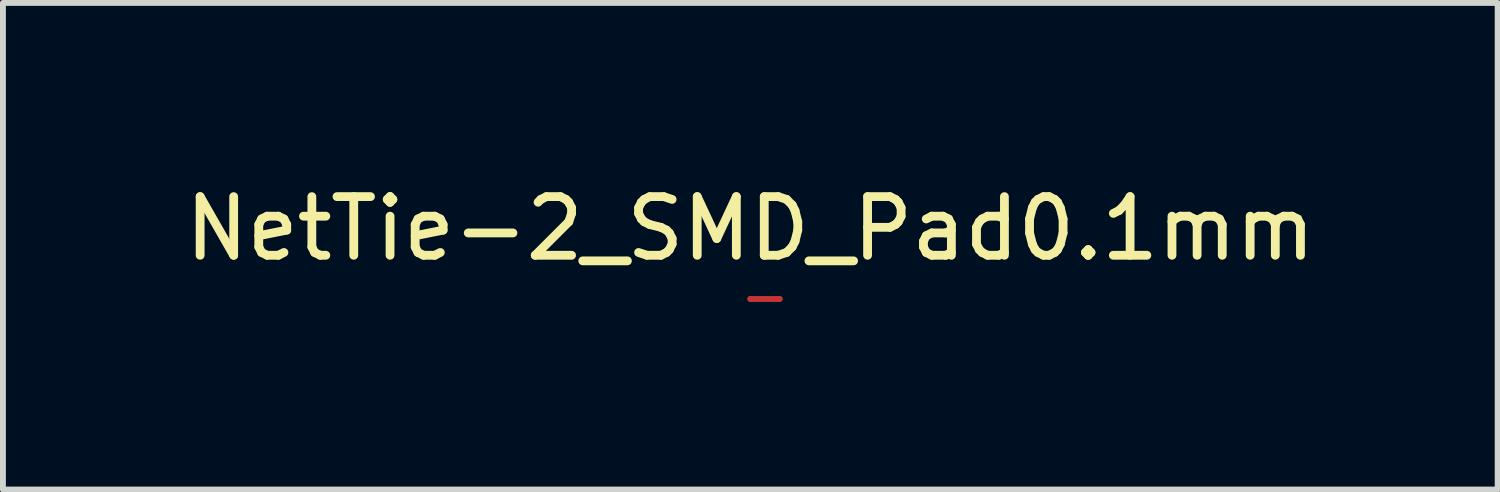
<source format=kicad_pcb>
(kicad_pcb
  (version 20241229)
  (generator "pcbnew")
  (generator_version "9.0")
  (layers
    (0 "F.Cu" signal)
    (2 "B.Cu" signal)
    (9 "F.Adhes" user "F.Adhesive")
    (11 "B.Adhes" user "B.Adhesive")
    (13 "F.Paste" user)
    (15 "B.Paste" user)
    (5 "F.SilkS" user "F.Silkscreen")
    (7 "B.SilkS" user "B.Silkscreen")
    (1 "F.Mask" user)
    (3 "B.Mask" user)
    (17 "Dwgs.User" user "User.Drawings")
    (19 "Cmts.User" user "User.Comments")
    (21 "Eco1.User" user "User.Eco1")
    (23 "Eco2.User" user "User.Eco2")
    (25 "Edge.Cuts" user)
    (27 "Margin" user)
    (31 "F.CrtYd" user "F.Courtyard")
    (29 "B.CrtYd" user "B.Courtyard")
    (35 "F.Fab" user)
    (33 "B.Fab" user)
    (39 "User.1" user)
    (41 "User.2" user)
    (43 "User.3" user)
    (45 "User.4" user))
  (footprint "NetTie-2_SMD_Pad0.1mm"
    (layer "F.Cu")
    (at 9.744 2.048)
    (property "Reference" "NetTie-2_SMD_Pad0.1mm" (at 0 -1.2 0) (layer "F.SilkS") (effects (font (size 1 1) (thickness 0.15))))
    (attr exclude_from_pos_files exclude_from_bom allow_missing_courtyard)
    (fp_line (start 0.5 0) (end 0 0) (stroke (width 0.1) (type solid)) (layer "F.Cu"))
    (pad "1" smd circle (at 0 0) (size 0.1 0.1) (layers "F.Cu"))
    (pad "2" smd circle (at 0.5 0) (size 0.1 0.1) (layers "F.Cu")))
  (gr_rect
    (start -3 -3)
    (end 22.488 5.298)
    (stroke (width 0.1) (type default))
    (fill no)
    (layer "Edge.Cuts")))
</source>
